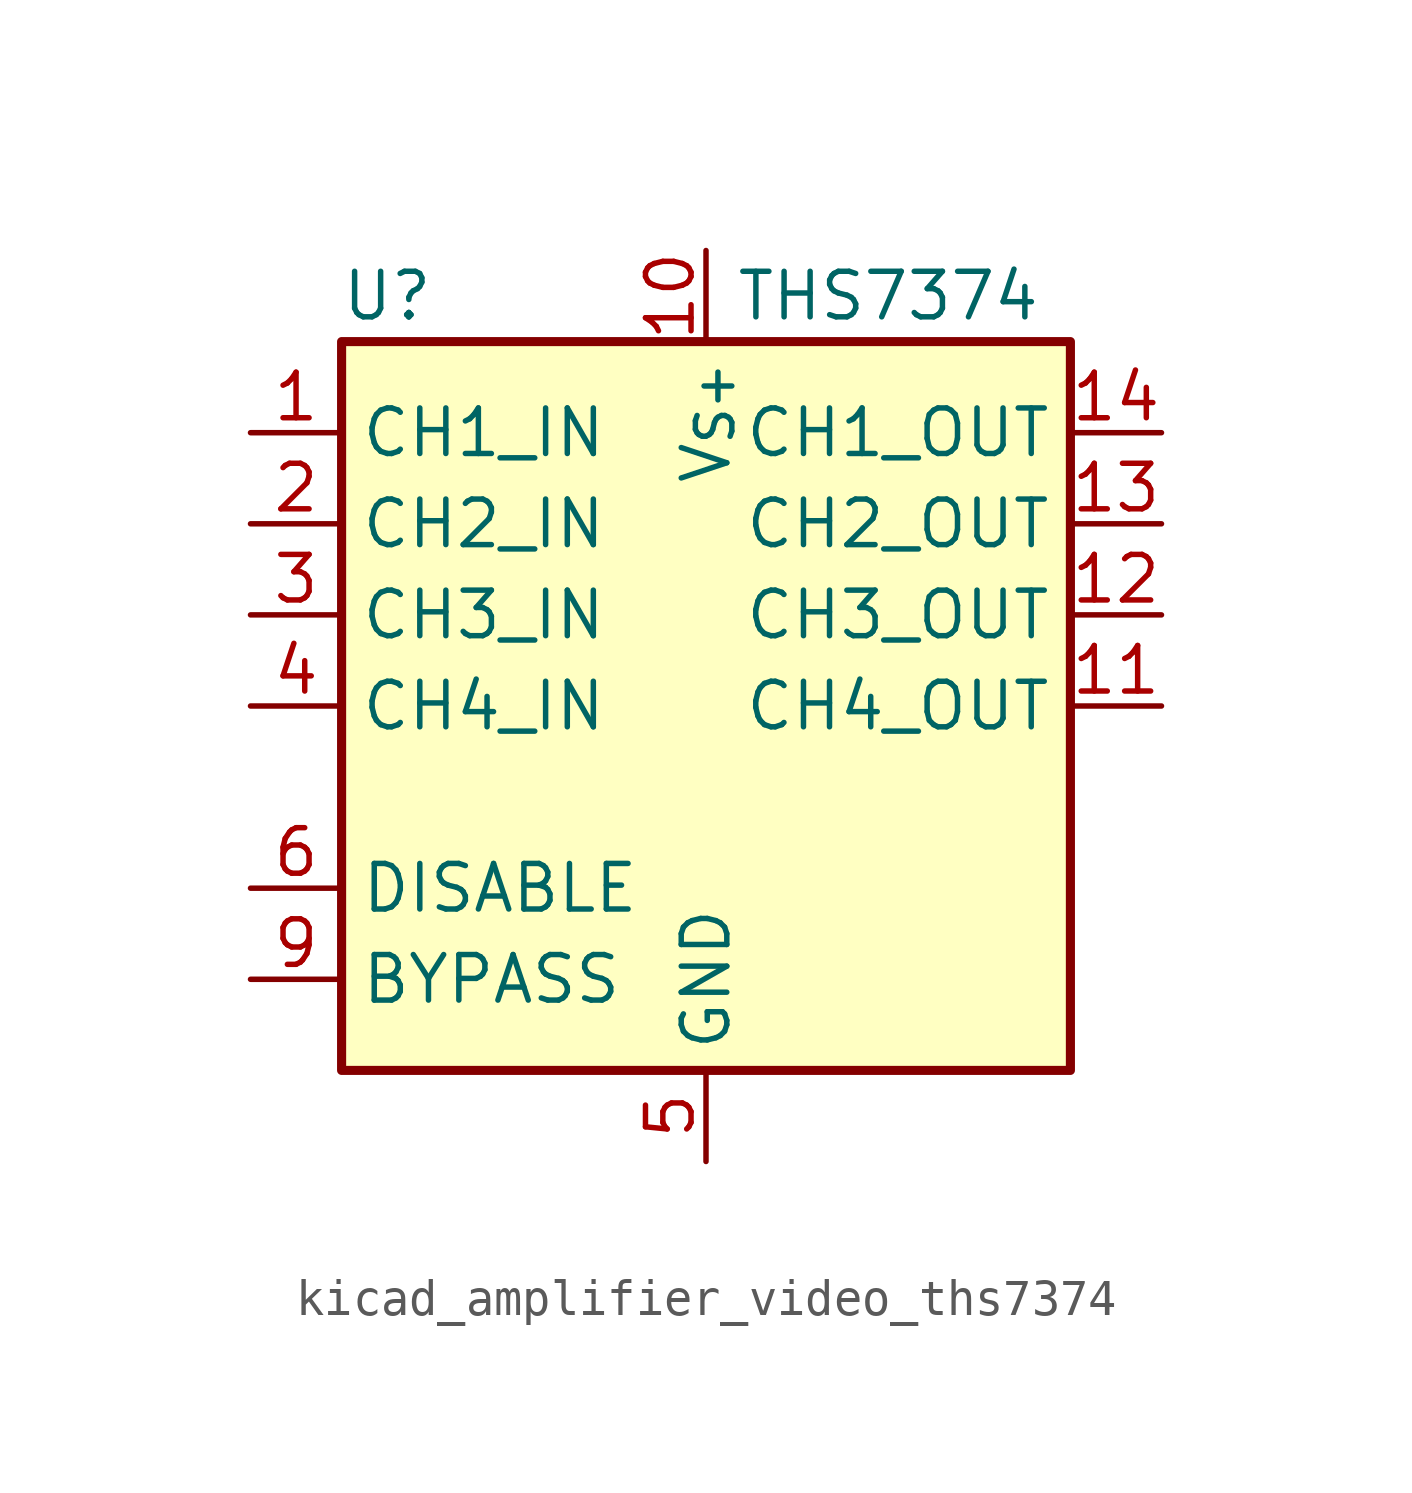
<source format=kicad_sym>
(kicad_symbol_lib
  (version 20220914)
  (generator kicad_symbol_editor)
  (symbol "kicad_amplifier_video_ths7374"
    (property "Reference" "U"
      (at -8.89 11.43 0)
      (effects (font (size 1.27 1.27))))
    (property "Value" "THS7374"
      (at 5.08 11.43 0)
      (effects (font (size 1.27 1.27))))
    (symbol "kicad_amplifier_video_ths7374_0_1"
      (rectangle (start -10.16 10.16) (end 10.16 -10.16) (stroke (width 0.254) (type default)) (fill (type background))))
    (symbol "kicad_amplifier_video_ths7374_1_1"
      (pin input line (at -12.7 7.62 0) (length 2.54) (name "CH1_IN" (effects (font (size 1.27 1.27)))) (number "1" (effects (font (size 1.27 1.27)))))
      (pin power_in line (at 0 12.7 270) (length 2.54) (name "V_{S+}" (effects (font (size 1.27 1.27)))) (number "10" (effects (font (size 1.27 1.27)))))
      (pin output line (at 12.7 0 180) (length 2.54) (name "CH4_OUT" (effects (font (size 1.27 1.27)))) (number "11" (effects (font (size 1.27 1.27)))))
      (pin output line (at 12.7 2.54 180) (length 2.54) (name "CH3_OUT" (effects (font (size 1.27 1.27)))) (number "12" (effects (font (size 1.27 1.27)))))
      (pin output line (at 12.7 5.08 180) (length 2.54) (name "CH2_OUT" (effects (font (size 1.27 1.27)))) (number "13" (effects (font (size 1.27 1.27)))))
      (pin output line (at 12.7 7.62 180) (length 2.54) (name "CH1_OUT" (effects (font (size 1.27 1.27)))) (number "14" (effects (font (size 1.27 1.27)))))
      (pin input line (at -12.7 5.08 0) (length 2.54) (name "CH2_IN" (effects (font (size 1.27 1.27)))) (number "2" (effects (font (size 1.27 1.27)))))
      (pin input line (at -12.7 2.54 0) (length 2.54) (name "CH3_IN" (effects (font (size 1.27 1.27)))) (number "3" (effects (font (size 1.27 1.27)))))
      (pin input line (at -12.7 0 0) (length 2.54) (name "CH4_IN" (effects (font (size 1.27 1.27)))) (number "4" (effects (font (size 1.27 1.27)))))
      (pin power_in line (at 0 -12.7 90) (length 2.54) (name "GND" (effects (font (size 1.27 1.27)))) (number "5" (effects (font (size 1.27 1.27)))))
      (pin input line (at -12.7 -5.08 0) (length 2.54) (name "DISABLE" (effects (font (size 1.27 1.27)))) (number "6" (effects (font (size 1.27 1.27)))))
      (pin no_connect line (at 10.16 -5.08 180) (length 2.54) hide (name "NC" (effects (font (size 1.27 1.27)))) (number "7" (effects (font (size 1.27 1.27)))))
      (pin no_connect line (at 10.16 -7.62 180) (length 2.54) hide (name "NC" (effects (font (size 1.27 1.27)))) (number "8" (effects (font (size 1.27 1.27)))))
      (pin input line (at -12.7 -7.62 0) (length 2.54) (name "BYPASS" (effects (font (size 1.27 1.27)))) (number "9" (effects (font (size 1.27 1.27))))))))
</source>
